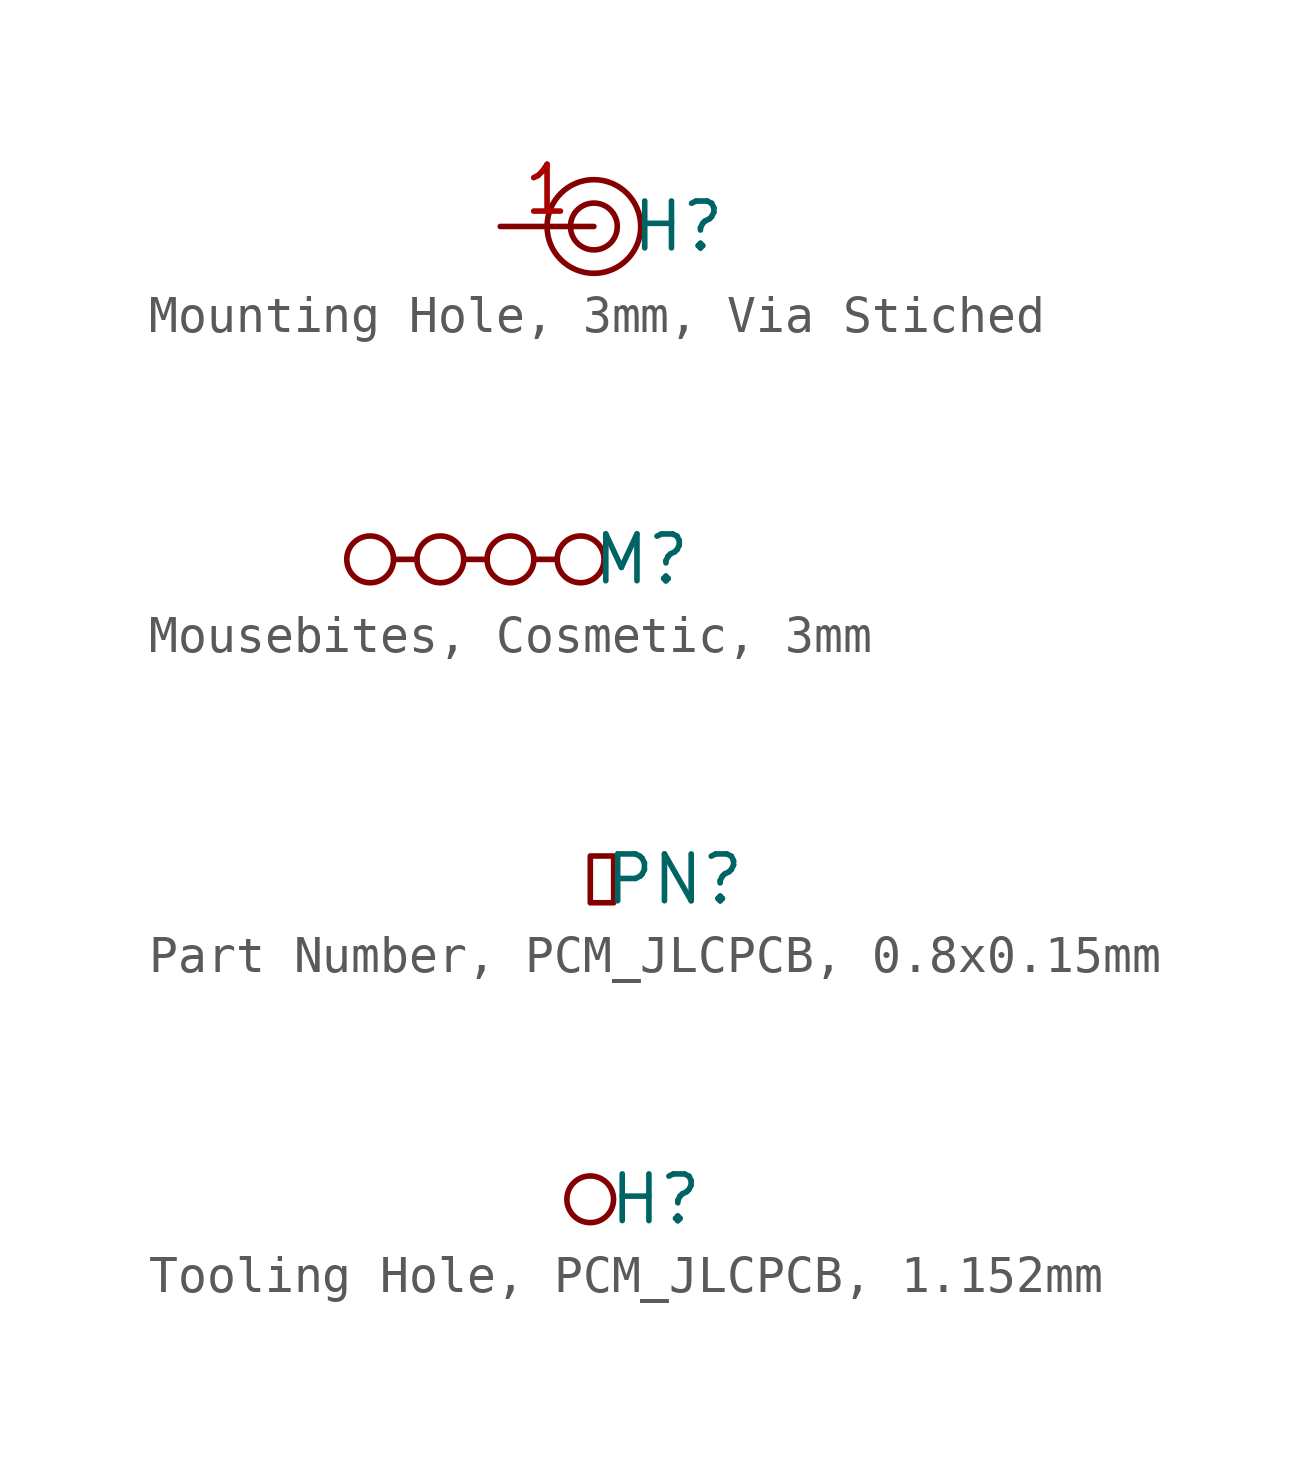
<source format=kicad_sym>
(kicad_symbol_lib
  (version 20231120)
  (generator "kicad_symbol_editor")
  (generator_version "8.0")
  (symbol "Mounting Hole, 3mm, Via Stiched"
    (property "Reference" "H"
      (at 2.286 0 0)
      (effects (font (size 1.27 1.27))))
    (property "Value" ""
      (at 0 0 0)
      (effects (font (size 1.27 1.27))))
    (symbol "Mounting Hole, 3mm, Via Stiched_0_1"
      (circle (center 0 0) (radius 0.635) (stroke (width 0) (type default)) (fill (type none)))
      (circle (center 0 0) (radius 1.27) (stroke (width 0) (type default)) (fill (type none))))
    (symbol "Mounting Hole, 3mm, Via Stiched_1_1"
      (pin passive line (at -2.54 0 0) (length 2.54) (name "" (effects (font (size 1.27 1.27)))) (number "1" (effects (font (size 1.27 1.27)))))))
  (symbol "Mousebites, Cosmetic, 3mm"
    (property "Reference" "M"
      (at 7.366 0 0)
      (effects (font (size 1.27 1.27))))
    (property "Value" ""
      (at 0 0 0)
      (effects (font (size 1.27 1.27))))
    (symbol "Mousebites, Cosmetic, 3mm_0_1"
      (polyline (pts (xy 0.635 0) (xy 1.27 0)) (stroke (width 0) (type default)) (fill (type none)))
      (polyline (pts (xy 3.175 0) (xy 2.54 0)) (stroke (width 0) (type default)) (fill (type none)))
      (polyline (pts (xy 4.445 0) (xy 5.08 0)) (stroke (width 0) (type default)) (fill (type none)))
      (circle (center 0 0) (radius 0.635) (stroke (width 0) (type default)) (fill (type none)))
      (circle (center 1.905 0) (radius 0.635) (stroke (width 0) (type default)) (fill (type none)))
      (circle (center 3.81 0) (radius 0.635) (stroke (width 0) (type default)) (fill (type none)))
      (circle (center 5.715 0) (radius 0.635) (stroke (width 0) (type default)) (fill (type none)))))
  (symbol "Part Number, PCM_JLCPCB, 0.8x0.15mm"
    (property "Reference" "PN"
      (at 2.286 0 0)
      (effects (font (size 1.27 1.27))))
    (property "Value" ""
      (at 0 0 0)
      (effects (font (size 1.27 1.27))))
    (symbol "Part Number, PCM_JLCPCB, 0.8x0.15mm_0_1"
      (rectangle (start 0 0.635) (end 0.635 -0.635) (stroke (width 0) (type default)) (fill (type none)))))
  (symbol "Tooling Hole, PCM_JLCPCB, 1.152mm"
    (property "Reference" "H"
      (at 1.778 0 0)
      (effects (font (size 1.27 1.27))))
    (property "Value" ""
      (at 0 0 0)
      (effects (font (size 1.27 1.27))))
    (symbol "Tooling Hole, PCM_JLCPCB, 1.152mm_0_1"
      (circle (center 0 0) (radius 0.635) (stroke (width 0) (type default)) (fill (type none))))))
</source>
